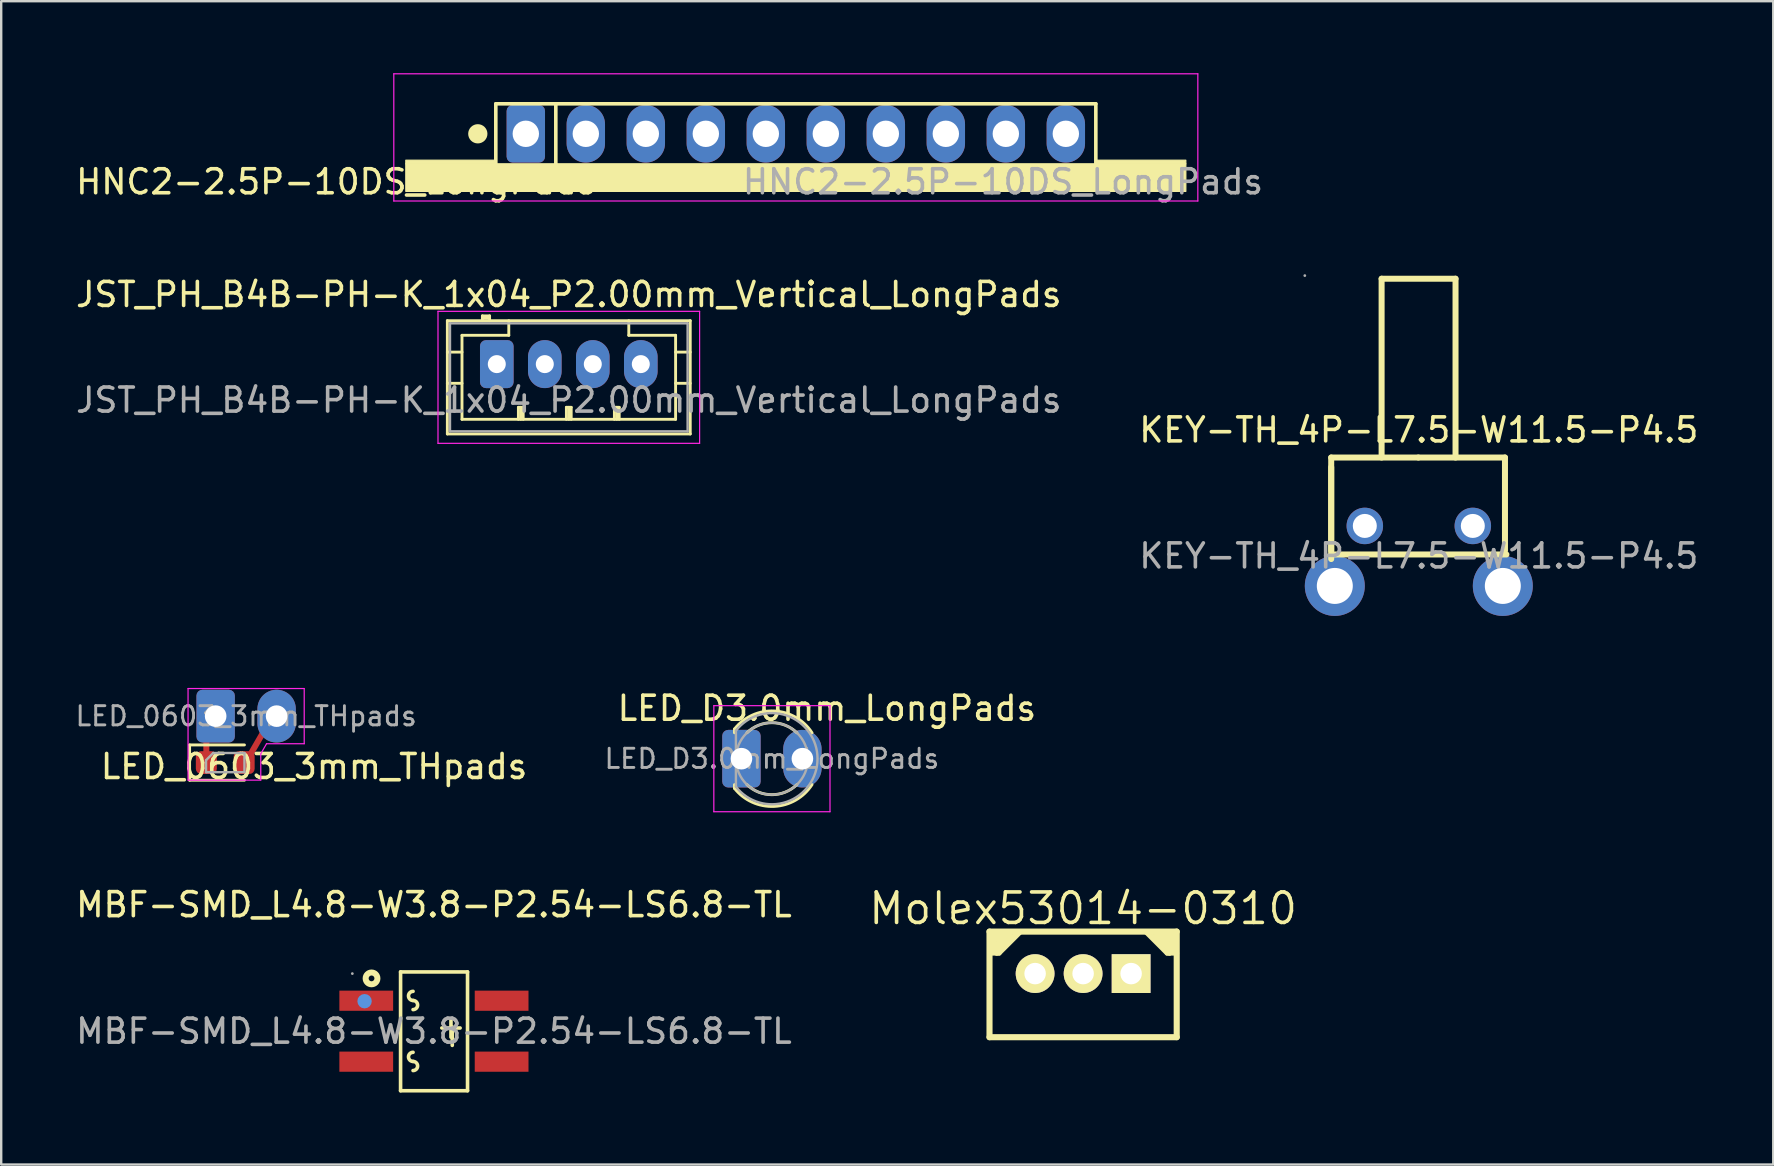
<source format=kicad_pcb>
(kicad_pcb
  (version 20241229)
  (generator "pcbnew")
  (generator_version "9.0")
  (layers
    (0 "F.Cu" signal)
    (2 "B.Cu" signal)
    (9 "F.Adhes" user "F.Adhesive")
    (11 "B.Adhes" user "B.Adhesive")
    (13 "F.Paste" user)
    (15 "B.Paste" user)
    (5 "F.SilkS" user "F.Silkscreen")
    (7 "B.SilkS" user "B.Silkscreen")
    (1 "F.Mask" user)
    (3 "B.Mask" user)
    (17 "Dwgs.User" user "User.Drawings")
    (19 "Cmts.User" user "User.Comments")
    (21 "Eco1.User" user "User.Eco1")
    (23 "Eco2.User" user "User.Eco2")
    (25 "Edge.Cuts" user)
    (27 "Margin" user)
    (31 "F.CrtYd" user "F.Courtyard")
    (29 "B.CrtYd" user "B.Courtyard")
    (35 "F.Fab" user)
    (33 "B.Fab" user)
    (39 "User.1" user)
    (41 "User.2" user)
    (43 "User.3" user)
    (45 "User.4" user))
  (footprint "MBF-SMD_L4.8-W3.8-P2.54-LS6.8-TL"
    (layer "F.Cu")
    (at 15.03 39.915)
    (property "Reference" "MBF-SMD_L4.8-W3.8-P2.54-LS6.8-TL" (at 0 -5.27 0) (layer "F.SilkS") (effects (font (size 1 1) (thickness 0.15))))
    (attr smd)
    (fp_line (start -1.39 -2.47) (end 1.4 -2.47) (stroke (width 0.15) (type solid)) (layer "F.SilkS"))
    (fp_line (start -1.39 2.48) (end -1.39 -2.47) (stroke (width 0.15) (type solid)) (layer "F.SilkS"))
    (fp_line (start 1.4 -2.47) (end 1.4 2.48) (stroke (width 0.15) (type solid)) (layer "F.SilkS"))
    (fp_line (start 1.4 2.48) (end -1.39 2.48) (stroke (width 0.15) (type solid)) (layer "F.SilkS"))
    (fp_arc (start -0.87 -1.28) (mid -1.06 -1.47) (end -0.87 -1.66) (stroke (width 0.15) (type solid)) (layer "F.SilkS"))
    (fp_arc (start -0.87 -1.28) (mid -0.68 -1.09) (end -0.87 -0.9) (stroke (width 0.15) (type solid)) (layer "F.SilkS"))
    (fp_arc (start -0.87 1.26) (mid -1.06 1.07) (end -0.87 0.88) (stroke (width 0.15) (type solid)) (layer "F.SilkS"))
    (fp_arc (start -0.87 1.26) (mid -0.68 1.45) (end -0.87 1.64) (stroke (width 0.15) (type solid)) (layer "F.SilkS"))
    (fp_circle (center -2.6 -2.2) (end -2.48 -2.2) (stroke (width 0.25) (type solid)) (fill no) (layer "F.SilkS"))
    (fp_circle (center -2.89 -1.25) (end -2.74 -1.25) (stroke (width 0.3) (type solid)) (fill no) (layer "Cmts.User"))
    (fp_circle (center -3.4 -2.4) (end -3.37 -2.4) (stroke (width 0.06) (type solid)) (fill no) (layer "F.Fab"))
    (fp_text user "-" (at 0.69 -0.508 270) (layer "F.SilkS") (effects (font (size 1 1) (thickness 0.15)) (justify right)))
    (fp_text user "+" (at 0.636 0.584 270) (layer "F.SilkS") (effects (font (size 1 1) (thickness 0.15)) (justify left)))
    (fp_text user "${REFERENCE}" (at 0 0 0) (layer "F.Fab") (effects (font (size 1 1) (thickness 0.15))))
    (pad "1" smd rect (at -2.82 -1.27 270) (size 0.84 2.24) (layers "F.Cu" "F.Mask" "F.Paste"))
    (pad "2" smd rect (at -2.82 1.27 270) (size 0.84 2.24) (layers "F.Cu" "F.Mask" "F.Paste"))
    (pad "3" smd rect (at 2.82 1.27 270) (size 0.84 2.24) (layers "F.Cu" "F.Mask" "F.Paste"))
    (pad "4" smd rect (at 2.82 -1.27 270) (size 0.84 2.24) (layers "F.Cu" "F.Mask" "F.Paste")))
  (footprint "JST_PH_B4B-PH-K_1x04_P2.00mm_Vertical_LongPads"
    (layer "F.Cu")
    (at 17.649 12.121)
    (property "Reference" "JST_PH_B4B-PH-K_1x04_P2.00mm_Vertical_LongPads" (at 3 -2.9 0) (layer "F.SilkS") (effects (font (size 1 1) (thickness 0.15))))
    (attr through_hole)
    (fp_line (start -2.06 -1.81) (end -2.06 2.91) (stroke (width 0.12) (type solid)) (layer "F.SilkS"))
    (fp_line (start -2.06 -0.5) (end -1.45 -0.5) (stroke (width 0.12) (type solid)) (layer "F.SilkS"))
    (fp_line (start -2.06 0.8) (end -1.45 0.8) (stroke (width 0.12) (type solid)) (layer "F.SilkS"))
    (fp_line (start -2.06 2.91) (end 8.06 2.91) (stroke (width 0.12) (type solid)) (layer "F.SilkS"))
    (fp_line (start -1.45 -1.2) (end -1.45 2.3) (stroke (width 0.12) (type solid)) (layer "F.SilkS"))
    (fp_line (start -1.45 2.3) (end 7.45 2.3) (stroke (width 0.12) (type solid)) (layer "F.SilkS"))
    (fp_line (start -0.6 -2.01) (end -0.6 -1.81) (stroke (width 0.12) (type solid)) (layer "F.SilkS"))
    (fp_line (start -0.3 -2.01) (end -0.6 -2.01) (stroke (width 0.12) (type solid)) (layer "F.SilkS"))
    (fp_line (start -0.3 -1.91) (end -0.6 -1.91) (stroke (width 0.12) (type solid)) (layer "F.SilkS"))
    (fp_line (start -0.3 -1.81) (end -0.3 -2.01) (stroke (width 0.12) (type solid)) (layer "F.SilkS"))
    (fp_line (start 0.5 -1.81) (end 0.5 -1.2) (stroke (width 0.12) (type solid)) (layer "F.SilkS"))
    (fp_line (start 0.5 -1.2) (end -1.45 -1.2) (stroke (width 0.12) (type solid)) (layer "F.SilkS"))
    (fp_line (start 0.9 1.8) (end 1.1 1.8) (stroke (width 0.12) (type solid)) (layer "F.SilkS"))
    (fp_line (start 0.9 2.3) (end 0.9 1.8) (stroke (width 0.12) (type solid)) (layer "F.SilkS"))
    (fp_line (start 1 2.3) (end 1 1.8) (stroke (width 0.12) (type solid)) (layer "F.SilkS"))
    (fp_line (start 1.1 1.8) (end 1.1 2.3) (stroke (width 0.12) (type solid)) (layer "F.SilkS"))
    (fp_line (start 2.9 1.8) (end 3.1 1.8) (stroke (width 0.12) (type solid)) (layer "F.SilkS"))
    (fp_line (start 2.9 2.3) (end 2.9 1.8) (stroke (width 0.12) (type solid)) (layer "F.SilkS"))
    (fp_line (start 3 2.3) (end 3 1.8) (stroke (width 0.12) (type solid)) (layer "F.SilkS"))
    (fp_line (start 3.1 1.8) (end 3.1 2.3) (stroke (width 0.12) (type solid)) (layer "F.SilkS"))
    (fp_line (start 4.9 1.8) (end 5.1 1.8) (stroke (width 0.12) (type solid)) (layer "F.SilkS"))
    (fp_line (start 4.9 2.3) (end 4.9 1.8) (stroke (width 0.12) (type solid)) (layer "F.SilkS"))
    (fp_line (start 5 2.3) (end 5 1.8) (stroke (width 0.12) (type solid)) (layer "F.SilkS"))
    (fp_line (start 5.1 1.8) (end 5.1 2.3) (stroke (width 0.12) (type solid)) (layer "F.SilkS"))
    (fp_line (start 5.5 -1.2) (end 5.5 -1.81) (stroke (width 0.12) (type solid)) (layer "F.SilkS"))
    (fp_line (start 7.45 -1.2) (end 5.5 -1.2) (stroke (width 0.12) (type solid)) (layer "F.SilkS"))
    (fp_line (start 7.45 2.3) (end 7.45 -1.2) (stroke (width 0.12) (type solid)) (layer "F.SilkS"))
    (fp_line (start 8.06 -1.81) (end -2.06 -1.81) (stroke (width 0.12) (type solid)) (layer "F.SilkS"))
    (fp_line (start 8.06 -0.5) (end 7.45 -0.5) (stroke (width 0.12) (type solid)) (layer "F.SilkS"))
    (fp_line (start 8.06 0.8) (end 7.45 0.8) (stroke (width 0.12) (type solid)) (layer "F.SilkS"))
    (fp_line (start 8.06 2.91) (end 8.06 -1.81) (stroke (width 0.12) (type solid)) (layer "F.SilkS"))
    (fp_line (start -2.45 -2.2) (end -2.45 3.3) (stroke (width 0.05) (type solid)) (layer "F.CrtYd"))
    (fp_line (start -2.45 3.3) (end 8.45 3.3) (stroke (width 0.05) (type solid)) (layer "F.CrtYd"))
    (fp_line (start 8.45 -2.2) (end -2.45 -2.2) (stroke (width 0.05) (type solid)) (layer "F.CrtYd"))
    (fp_line (start 8.45 3.3) (end 8.45 -2.2) (stroke (width 0.05) (type solid)) (layer "F.CrtYd"))
    (fp_line (start -1.95 -1.7) (end -1.95 2.8) (stroke (width 0.1) (type solid)) (layer "F.Fab"))
    (fp_line (start -1.95 2.8) (end 7.95 2.8) (stroke (width 0.1) (type solid)) (layer "F.Fab"))
    (fp_line (start 7.95 -1.7) (end -1.95 -1.7) (stroke (width 0.1) (type solid)) (layer "F.Fab"))
    (fp_line (start 7.95 2.8) (end 7.95 -1.7) (stroke (width 0.1) (type solid)) (layer "F.Fab"))
    (fp_text user "${REFERENCE}" (at 3 1.5 0) (layer "F.Fab") (effects (font (size 1 1) (thickness 0.15))))
    (pad "1" thru_hole roundrect (at 0 0) (size 1.4 2) (drill 0.75) (layers "*.Cu" "*.Mask") (roundrect_rratio 0.179))
    (pad "2" thru_hole oval (at 2 0) (size 1.4 2) (drill 0.75) (layers "*.Cu" "*.Mask"))
    (pad "3" thru_hole oval (at 4 0) (size 1.4 2) (drill 0.75) (layers "*.Cu" "*.Mask"))
    (pad "4" thru_hole oval (at 6 0) (size 1.4 2) (drill 0.75) (layers "*.Cu" "*.Mask")))
  (footprint "KEY-TH_4P-L7.5-W11.5-P4.5"
    (layer "F.Cu")
    (at 56.065 20.113)
    (property "Reference" "KEY-TH_4P-L7.5-W11.5-P4.5" (at 0 -5.25 0) (layer "F.SilkS") (effects (font (size 1 1) (thickness 0.15))))
    (attr smd)
    (fp_line (start -3.65 -4.1) (end -3.65 -0.22) (stroke (width 0.25) (type solid)) (layer "F.SilkS"))
    (fp_line (start -3.65 -3.7) (end -3.65 0.13) (stroke (width 0.25) (type solid)) (layer "F.SilkS"))
    (fp_line (start -3.65 -0.06) (end 3.65 -0.06) (stroke (width 0.25) (type solid)) (layer "F.SilkS"))
    (fp_line (start -1.55 -11.55) (end 1.53 -11.55) (stroke (width 0.25) (type solid)) (layer "F.SilkS"))
    (fp_line (start -1.55 -4.1) (end -1.55 -11.55) (stroke (width 0.25) (type solid)) (layer "F.SilkS"))
    (fp_line (start -0.02 -4.1) (end -3.65 -4.1) (stroke (width 0.25) (type solid)) (layer "F.SilkS"))
    (fp_line (start -0.02 -4.1) (end 3.59 -4.1) (stroke (width 0.25) (type solid)) (layer "F.SilkS"))
    (fp_line (start 1.53 -11.55) (end 1.53 -4.1) (stroke (width 0.25) (type solid)) (layer "F.SilkS"))
    (fp_line (start 3.59 -4.1) (end 3.59 -0.22) (stroke (width 0.25) (type solid)) (layer "F.SilkS"))
    (fp_circle (center -4.75 -11.68) (end -4.72 -11.68) (stroke (width 0.06) (type solid)) (fill no) (layer "F.Fab"))
    (fp_circle (center -3.5 1.25) (end -3.17 1.25) (stroke (width 0.65) (type solid)) (fill no) (layer "F.Fab"))
    (fp_circle (center -2.25 -1.25) (end -2.05 -1.25) (stroke (width 0.4) (type solid)) (fill no) (layer "F.Fab"))
    (fp_circle (center 2.25 -1.25) (end 2.45 -1.25) (stroke (width 0.4) (type solid)) (fill no) (layer "F.Fab"))
    (fp_circle (center 3.5 1.25) (end 3.83 1.25) (stroke (width 0.65) (type solid)) (fill no) (layer "F.Fab"))
    (fp_text user "${REFERENCE}" (at 0 0 0) (layer "F.Fab") (effects (font (size 1 1) (thickness 0.15))))
    (pad "1" thru_hole circle (at -2.25 -1.25) (size 1.52 1.52) (drill 1) (layers "*.Cu" "*.Paste" "*.Mask"))
    (pad "2" thru_hole circle (at 2.25 -1.25) (size 1.52 1.52) (drill 1) (layers "*.Cu" "*.Paste" "*.Mask"))
    (pad "3" thru_hole circle (at -3.5 1.25) (size 2.5 2.5) (drill 1.5) (layers "*.Cu" "*.Paste" "*.Mask"))
    (pad "4" thru_hole circle (at 3.5 1.25) (size 2.5 2.5) (drill 1.5) (layers "*.Cu" "*.Paste" "*.Mask")))
  (footprint "LED_D3.0mm_LongPads"
    (layer "F.Cu")
    (at 27.842 28.561)
    (property "Reference" "LED_D3.0mm_LongPads" (at 3.56 -2.1 180) (layer "F.SilkS") (effects (font (size 1 1) (thickness 0.15))))
    (attr through_hole)
    (fp_line (start -0.29 -1.236) (end -0.29 -1.08) (stroke (width 0.12) (type solid)) (layer "F.SilkS"))
    (fp_line (start -0.29 1.08) (end -0.29 1.236) (stroke (width 0.12) (type solid)) (layer "F.SilkS"))
    (fp_arc (start -0.29 -1.235516) (mid 1.365624 -1.987701) (end 2.941397 -1.080061) (stroke (width 0.12) (type solid)) (layer "F.SilkS"))
    (fp_arc (start 0.229039 -1.08) (mid 1.269964 -1.5) (end 2.31091 -1.080049) (stroke (width 0.12) (type solid)) (layer "F.SilkS"))
    (fp_arc (start 2.31091 1.080049) (mid 1.269964 1.5) (end 0.229039 1.08) (stroke (width 0.12) (type solid)) (layer "F.SilkS"))
    (fp_arc (start 2.941397 1.080061) (mid 1.365624 1.987701) (end -0.29 1.235516) (stroke (width 0.12) (type solid)) (layer "F.SilkS"))
    (fp_line (start -1.15 -2.21) (end -1.15 2.21) (stroke (width 0.05) (type solid)) (layer "F.CrtYd"))
    (fp_line (start -1.15 2.21) (end 3.69 2.21) (stroke (width 0.05) (type solid)) (layer "F.CrtYd"))
    (fp_line (start 3.69 -2.21) (end -1.15 -2.21) (stroke (width 0.05) (type solid)) (layer "F.CrtYd"))
    (fp_line (start 3.69 2.21) (end 3.69 -2.21) (stroke (width 0.05) (type solid)) (layer "F.CrtYd"))
    (fp_line (start -0.23 -1.166) (end -0.23 1.166) (stroke (width 0.1) (type solid)) (layer "F.Fab"))
    (fp_arc (start -0.23 -1.16619) (mid 3.17 -0.000037) (end -0.229955 1.166249) (stroke (width 0.1) (type solid)) (layer "F.Fab"))
    (fp_circle (center 1.27 0) (end 2.77 0) (stroke (width 0.1) (type solid)) (fill no) (layer "F.Fab"))
    (fp_text user "${REFERENCE}" (at 1.27 0 0) (layer "F.Fab") (effects (font (size 0.8 0.8) (thickness 0.12))))
    (pad "1" thru_hole roundrect (at 0 0) (size 1.6 2.4) (drill 0.9) (layers "*.Cu" "*.Mask") (roundrect_rratio 0.156))
    (pad "2" thru_hole oval (at 2.54 0) (size 1.6 2.4) (drill 0.9) (layers "*.Cu" "*.Mask")))
  (footprint "Molex53014-0310"
    (layer "F.Cu")
    (at 44.078 37.515)
    (property "Reference" "Molex53014-0310" (at -2 -2.712 0) (layer "F.SilkS") (effects (font (size 1.27 1.27) (thickness 0.15))))
    (fp_line (start -5.9 -1.75) (end -5.9 2.65) (stroke (width 0.254) (type solid)) (layer "F.SilkS"))
    (fp_line (start -5.9 -0.85) (end -5.5 -0.85) (stroke (width 0.203) (type solid)) (layer "F.SilkS"))
    (fp_line (start -5.7 -1.65) (end -5.7 -0.95) (stroke (width 0.203) (type solid)) (layer "F.SilkS"))
    (fp_line (start -5.7 -1.65) (end -5.6 -1.55) (stroke (width 0.203) (type solid)) (layer "F.SilkS"))
    (fp_line (start -5.7 -1.45) (end -5.6 -1.45) (stroke (width 0.203) (type solid)) (layer "F.SilkS"))
    (fp_line (start -5.7 -1.45) (end -5.3 -1.45) (stroke (width 0.203) (type solid)) (layer "F.SilkS"))
    (fp_line (start -5.7 -1.25) (end -5.4 -1.25) (stroke (width 0.203) (type solid)) (layer "F.SilkS"))
    (fp_line (start -5.7 -0.95) (end -5.3 -1.35) (stroke (width 0.203) (type solid)) (layer "F.SilkS"))
    (fp_line (start -5.6 -1.55) (end -5 -1.55) (stroke (width 0.203) (type solid)) (layer "F.SilkS"))
    (fp_line (start -5.6 -1.45) (end -5.4 -1.25) (stroke (width 0.203) (type solid)) (layer "F.SilkS"))
    (fp_line (start -5.6 -0.85) (end -5.7 -0.95) (stroke (width 0.203) (type solid)) (layer "F.SilkS"))
    (fp_line (start -5.5 -0.85) (end -4.6 -1.75) (stroke (width 0.203) (type solid)) (layer "F.SilkS"))
    (fp_line (start -5.3 -1.45) (end -5.3 -1.35) (stroke (width 0.203) (type solid)) (layer "F.SilkS"))
    (fp_line (start -5.1 -1.55) (end -5.7 -0.95) (stroke (width 0.203) (type solid)) (layer "F.SilkS"))
    (fp_line (start -5.1 -1.55) (end -5 -1.55) (stroke (width 0.203) (type solid)) (layer "F.SilkS"))
    (fp_line (start -4.7 -1.75) (end -5.6 -0.85) (stroke (width 0.203) (type solid)) (layer "F.SilkS"))
    (fp_line (start -4.7 -1.75) (end -4.6 -1.75) (stroke (width 0.203) (type solid)) (layer "F.SilkS"))
    (fp_line (start 0.6 -1.75) (end 0.7 -1.75) (stroke (width 0.203) (type solid)) (layer "F.SilkS"))
    (fp_line (start 0.7 -1.75) (end 1.6 -0.85) (stroke (width 0.203) (type solid)) (layer "F.SilkS"))
    (fp_line (start 1 -1.55) (end 1.1 -1.55) (stroke (width 0.203) (type solid)) (layer "F.SilkS"))
    (fp_line (start 1.1 -1.55) (end 1.7 -0.95) (stroke (width 0.203) (type solid)) (layer "F.SilkS"))
    (fp_line (start 1.3 -1.45) (end 1.7 -1.45) (stroke (width 0.203) (type solid)) (layer "F.SilkS"))
    (fp_line (start 1.3 -1.35) (end 1.3 -1.45) (stroke (width 0.203) (type solid)) (layer "F.SilkS"))
    (fp_line (start 1.4 -1.25) (end 1.7 -1.25) (stroke (width 0.203) (type solid)) (layer "F.SilkS"))
    (fp_line (start 1.5 -0.85) (end 0.6 -1.75) (stroke (width 0.203) (type solid)) (layer "F.SilkS"))
    (fp_line (start 1.6 -1.55) (end 1 -1.55) (stroke (width 0.203) (type solid)) (layer "F.SilkS"))
    (fp_line (start 1.6 -1.45) (end 1.4 -1.25) (stroke (width 0.203) (type solid)) (layer "F.SilkS"))
    (fp_line (start 1.6 -0.85) (end 1.7 -0.95) (stroke (width 0.203) (type solid)) (layer "F.SilkS"))
    (fp_line (start 1.7 -1.65) (end 1.6 -1.55) (stroke (width 0.203) (type solid)) (layer "F.SilkS"))
    (fp_line (start 1.7 -1.45) (end 1.6 -1.45) (stroke (width 0.203) (type solid)) (layer "F.SilkS"))
    (fp_line (start 1.7 -0.95) (end 1.3 -1.35) (stroke (width 0.203) (type solid)) (layer "F.SilkS"))
    (fp_line (start 1.7 -0.95) (end 1.7 -1.65) (stroke (width 0.203) (type solid)) (layer "F.SilkS"))
    (fp_line (start 1.9 -1.75) (end -5.9 -1.75) (stroke (width 0.254) (type solid)) (layer "F.SilkS"))
    (fp_line (start 1.9 -1.75) (end 1.9 2.65) (stroke (width 0.254) (type solid)) (layer "F.SilkS"))
    (fp_line (start 1.9 -0.85) (end 1.5 -0.85) (stroke (width 0.203) (type solid)) (layer "F.SilkS"))
    (fp_line (start 1.9 2.65) (end -5.9 2.65) (stroke (width 0.254) (type solid)) (layer "F.SilkS"))
    (pad "1" thru_hole rect (at 0 0) (size 1.616 1.616) (drill 0.895) (layers "*.Cu" "*.Mask" "F.SilkS"))
    (pad "2" thru_hole circle (at -2 0) (size 1.616 1.616) (drill 0.895) (layers "*.Cu" "*.Mask" "F.SilkS"))
    (pad "3" thru_hole circle (at -4 0) (size 1.616 1.616) (drill 0.895) (layers "*.Cu" "*.Mask" "F.SilkS")))
  (footprint "HNC2-2.5P-10DS_LongPads"
    (layer "F.Cu")
    (at 18.858 2.525)
    (property "Reference" "HNC2-2.5P-10DS_LongPads" (at -7.9 2 180) (layer "F.SilkS") (effects (font (size 1 1) (thickness 0.15))))
    (attr through_hole)
    (fp_line (start -1.25 -1.25) (end -1.25 1.25) (stroke (width 0.15) (type solid)) (layer "F.SilkS"))
    (fp_line (start -1.25 -1.25) (end 23.75 -1.25) (stroke (width 0.15) (type solid)) (layer "F.SilkS"))
    (fp_line (start 1.25 -1.25) (end 1.25 1.25) (stroke (width 0.15) (type solid)) (layer "F.SilkS"))
    (fp_line (start 23.75 -1.25) (end 23.75 1.25) (stroke (width 0.15) (type solid)) (layer "F.SilkS"))
    (fp_rect (start -5 1.1) (end -1.25 1.25) (stroke (width 0.05) (type solid)) (fill yes) (layer "F.SilkS"))
    (fp_rect (start -5 1.25) (end 27.5 2.4) (stroke (width 0.05) (type solid)) (fill yes) (layer "F.SilkS"))
    (fp_rect (start 23.75 1.1) (end 27.5 1.25) (stroke (width 0.05) (type solid)) (fill yes) (layer "F.SilkS"))
    (fp_circle (center -2 0) (end -1.999 0) (stroke (width 0.4) (type solid)) (fill no) (layer "F.SilkS"))
    (fp_line (start -5.5 -2.5) (end 28 -2.5) (stroke (width 0.05) (type solid)) (layer "F.CrtYd"))
    (fp_line (start -5.5 2.8) (end -5.5 -2.5) (stroke (width 0.05) (type solid)) (layer "F.CrtYd"))
    (fp_line (start 28 -2.5) (end 28 2.8) (stroke (width 0.05) (type solid)) (layer "F.CrtYd"))
    (fp_line (start 28 2.8) (end -5.5 2.8) (stroke (width 0.05) (type solid)) (layer "F.CrtYd"))
    (fp_text user "${REFERENCE}" (at 19.88 2 180) (layer "F.Fab") (effects (font (size 1 1) (thickness 0.15))))
    (pad "1" thru_hole roundrect (at 0 0 180) (size 1.6 2.4) (drill 1.1) (layers "*.Cu" "*.Mask") (roundrect_rratio 0.156))
    (pad "2" thru_hole oval (at 2.5 0 180) (size 1.6 2.4) (drill 1.1) (layers "*.Cu" "*.Mask"))
    (pad "3" thru_hole oval (at 5 0 180) (size 1.6 2.4) (drill 1.1) (layers "*.Cu" "*.Mask"))
    (pad "4" thru_hole oval (at 7.5 0 180) (size 1.6 2.4) (drill 1.1) (layers "*.Cu" "*.Mask"))
    (pad "5" thru_hole oval (at 10 0 180) (size 1.6 2.4) (drill 1.1) (layers "*.Cu" "*.Mask"))
    (pad "6" thru_hole oval (at 12.5 0 180) (size 1.6 2.4) (drill 1.1) (layers "*.Cu" "*.Mask"))
    (pad "7" thru_hole oval (at 15 0 180) (size 1.6 2.4) (drill 1.1) (layers "*.Cu" "*.Mask"))
    (pad "8" thru_hole oval (at 17.5 0 180) (size 1.6 2.4) (drill 1.1) (layers "*.Cu" "*.Mask"))
    (pad "9" thru_hole oval (at 20 0 180) (size 1.6 2.4) (drill 1.1) (layers "*.Cu" "*.Mask"))
    (pad "10" thru_hole oval (at 22.5 0 180) (size 1.6 2.4) (drill 1.1) (layers "*.Cu" "*.Mask")))
  (footprint "LED_0603_3mm_THpads"
    (layer "F.Cu")
    (at 5.935 26.788)
    (property "Reference" "LED_0603_3mm_THpads" (at 4.1 2.1 180) (layer "F.SilkS") (effects (font (size 1 1) (thickness 0.15))))
    (attr through_hole)
    (fp_line (start -1.085 1.2) (end -1.085 2.67) (stroke (width 0.12) (type solid)) (layer "F.SilkS"))
    (fp_line (start -1.085 2.67) (end 1.2 2.67) (stroke (width 0.12) (type solid)) (layer "F.SilkS"))
    (fp_line (start 1.2 1.2) (end -1.085 1.2) (stroke (width 0.12) (type solid)) (layer "F.SilkS"))
    (fp_line (start -1.15 -1.15) (end 3.69 -1.15) (stroke (width 0.05) (type solid)) (layer "F.CrtYd"))
    (fp_line (start -1.15 2.665) (end -1.15 -1.15) (stroke (width 0.05) (type solid)) (layer "F.CrtYd"))
    (fp_line (start 1.88 1.57) (end 1.88 2.665) (stroke (width 0.05) (type solid)) (layer "F.CrtYd"))
    (fp_line (start 1.88 2.665) (end -1.15 2.665) (stroke (width 0.05) (type solid)) (layer "F.CrtYd"))
    (fp_line (start 2.12 1.15) (end 1.88 1.57) (stroke (width 0.05) (type solid)) (layer "F.CrtYd"))
    (fp_line (start 3.69 -1.15) (end 3.69 1.15) (stroke (width 0.05) (type solid)) (layer "F.CrtYd"))
    (fp_line (start 3.69 1.15) (end 2.12 1.15) (stroke (width 0.05) (type solid)) (layer "F.CrtYd"))
    (fp_line (start -0.4 1.835) (end -0.4 2.335) (stroke (width 0.1) (type solid)) (layer "F.Fab"))
    (fp_line (start -0.4 2.335) (end 1.2 2.335) (stroke (width 0.1) (type solid)) (layer "F.Fab"))
    (fp_line (start -0.1 1.535) (end -0.4 1.835) (stroke (width 0.1) (type solid)) (layer "F.Fab"))
    (fp_line (start 1.2 1.535) (end -0.1 1.535) (stroke (width 0.1) (type solid)) (layer "F.Fab"))
    (fp_line (start 1.2 2.335) (end 1.2 1.535) (stroke (width 0.1) (type solid)) (layer "F.Fab"))
    (fp_text user "${REFERENCE}" (at 1.27 0 0) (layer "F.Fab") (effects (font (size 0.8 0.8) (thickness 0.12))))
    (pad "1" smd roundrect (at -0.388 1.161) (size 0.25 1.548) (layers "F.Cu" "F.Mask" "F.Paste") (roundrect_rratio 0.25))
    (pad "1" smd roundrect (at -0.388 1.935) (size 0.875 0.95) (layers "F.Cu" "F.Mask" "F.Paste") (roundrect_rratio 0.25))
    (pad "1" thru_hole roundrect (at 0 0) (size 1.6 2.2) (drill 0.9) (layers "*.Cu" "*.Mask") (roundrect_rratio 0.156))
    (pad "2" smd roundrect (at 1.188 1.935) (size 0.875 0.95) (layers "F.Cu" "F.Mask" "F.Paste") (roundrect_rratio 0.25))
    (pad "2" smd roundrect (at 1.7 1.161 330) (size 0.25 1.5) (layers "F.Cu" "F.Mask" "F.Paste") (roundrect_rratio 0.25))
    (pad "2" thru_hole oval (at 2.54 0) (size 1.6 2.2) (drill 0.9) (layers "*.Cu" "*.Mask")))
  (gr_rect
    (start -3 -3)
    (end 70.833 45.47)
    (stroke (width 0.1) (type default))
    (fill no)
    (layer "Edge.Cuts")))
</source>
